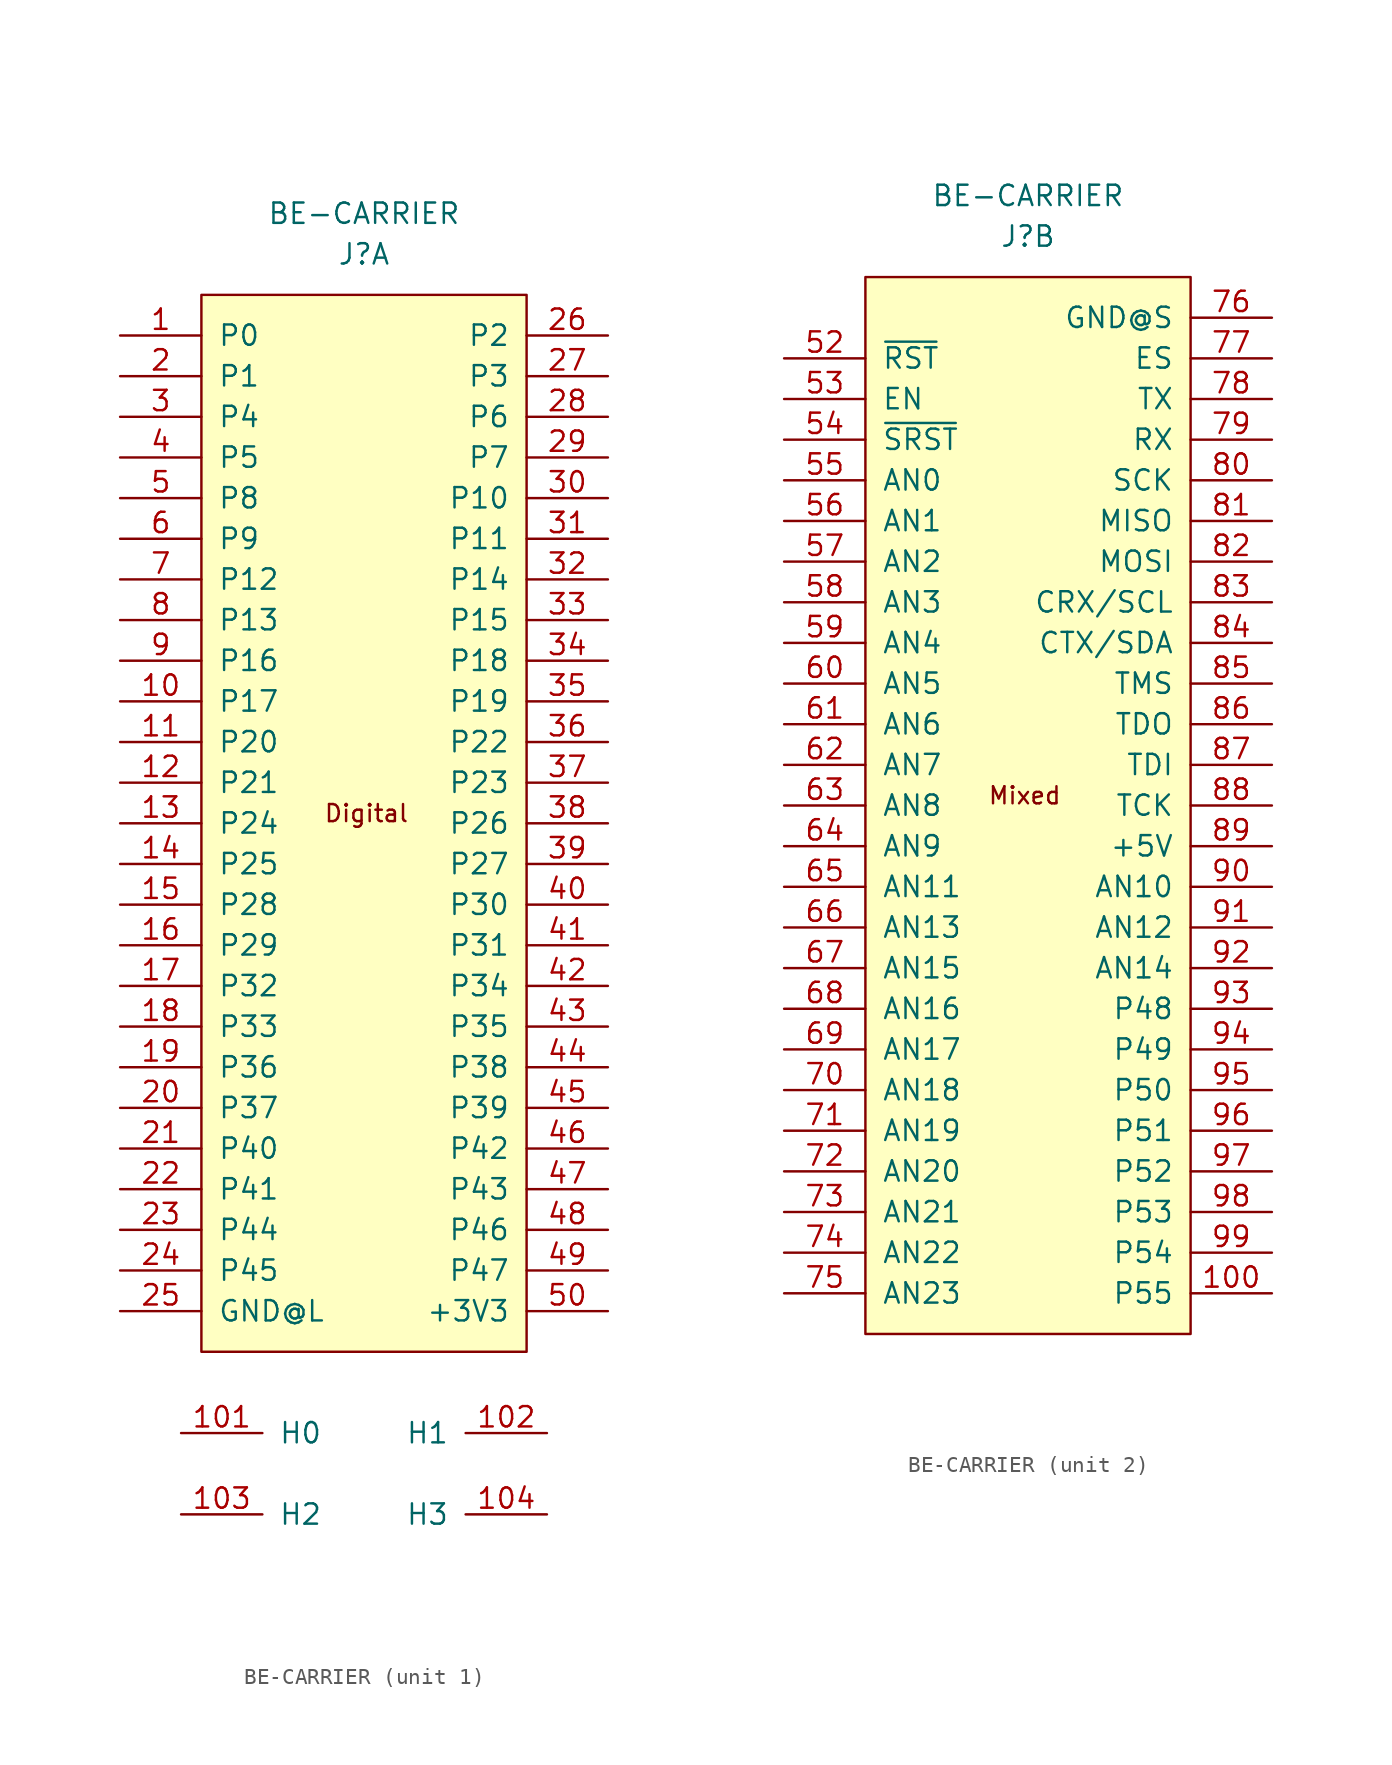
<source format=kicad_sym>
(kicad_symbol_lib
  (version 20211014)
  (generator kicad_symbol_editor)
  (symbol "BE-CARRIER"
    (pin_names
      (offset 1.016))
    (property "Reference" "J"
      (at 0 34.29 0)
      (effects (font (size 1.27 1.27))))
    (property "Value" "BE-CARRIER"
      (at 0 36.83 0)
      (effects (font (size 1.27 1.27))))
    (property "ki_locked" ""
      (at 0 0 0)
      (effects (font (size 1.27 1.27))))
    (symbol "BE-CARRIER_1_0"
      (rectangle (start -10.16 31.75) (end 10.16 -34.29) (stroke (width 0) (type default) (color 0 0 0 0)) (fill (type background)))
      (text "Digital" (at -2.54 -1.27 0) (effects (font (size 1.067 1.067)) (justify left bottom)))
      (pin bidirectional line (at -15.24 29.21 0) (length 5.08) (name "P0" (effects (font (size 1.27 1.27)))) (number "1" (effects (font (size 1.27 1.27)))))
      (pin bidirectional line (at -15.24 6.35 0) (length 5.08) (name "P17" (effects (font (size 1.27 1.27)))) (number "10" (effects (font (size 1.27 1.27)))))
      (pin input line (at -11.43 -39.37 0) (length 5.08) (name "H0" (effects (font (size 1.27 1.27)))) (number "101" (effects (font (size 1.27 1.27)))))
      (pin input line (at 11.43 -39.37 180) (length 5.08) (name "H1" (effects (font (size 1.27 1.27)))) (number "102" (effects (font (size 1.27 1.27)))))
      (pin input line (at -11.43 -44.45 0) (length 5.08) (name "H2" (effects (font (size 1.27 1.27)))) (number "103" (effects (font (size 1.27 1.27)))))
      (pin input line (at 11.43 -44.45 180) (length 5.08) (name "H3" (effects (font (size 1.27 1.27)))) (number "104" (effects (font (size 1.27 1.27)))))
      (pin bidirectional line (at -15.24 3.81 0) (length 5.08) (name "P20" (effects (font (size 1.27 1.27)))) (number "11" (effects (font (size 1.27 1.27)))))
      (pin bidirectional line (at -15.24 1.27 0) (length 5.08) (name "P21" (effects (font (size 1.27 1.27)))) (number "12" (effects (font (size 1.27 1.27)))))
      (pin bidirectional line (at -15.24 -1.27 0) (length 5.08) (name "P24" (effects (font (size 1.27 1.27)))) (number "13" (effects (font (size 1.27 1.27)))))
      (pin bidirectional line (at -15.24 -3.81 0) (length 5.08) (name "P25" (effects (font (size 1.27 1.27)))) (number "14" (effects (font (size 1.27 1.27)))))
      (pin bidirectional line (at -15.24 -6.35 0) (length 5.08) (name "P28" (effects (font (size 1.27 1.27)))) (number "15" (effects (font (size 1.27 1.27)))))
      (pin bidirectional line (at -15.24 -8.89 0) (length 5.08) (name "P29" (effects (font (size 1.27 1.27)))) (number "16" (effects (font (size 1.27 1.27)))))
      (pin bidirectional line (at -15.24 -11.43 0) (length 5.08) (name "P32" (effects (font (size 1.27 1.27)))) (number "17" (effects (font (size 1.27 1.27)))))
      (pin bidirectional line (at -15.24 -13.97 0) (length 5.08) (name "P33" (effects (font (size 1.27 1.27)))) (number "18" (effects (font (size 1.27 1.27)))))
      (pin bidirectional line (at -15.24 -16.51 0) (length 5.08) (name "P36" (effects (font (size 1.27 1.27)))) (number "19" (effects (font (size 1.27 1.27)))))
      (pin bidirectional line (at -15.24 26.67 0) (length 5.08) (name "P1" (effects (font (size 1.27 1.27)))) (number "2" (effects (font (size 1.27 1.27)))))
      (pin bidirectional line (at -15.24 -19.05 0) (length 5.08) (name "P37" (effects (font (size 1.27 1.27)))) (number "20" (effects (font (size 1.27 1.27)))))
      (pin bidirectional line (at -15.24 -21.59 0) (length 5.08) (name "P40" (effects (font (size 1.27 1.27)))) (number "21" (effects (font (size 1.27 1.27)))))
      (pin bidirectional line (at -15.24 -24.13 0) (length 5.08) (name "P41" (effects (font (size 1.27 1.27)))) (number "22" (effects (font (size 1.27 1.27)))))
      (pin bidirectional line (at -15.24 -26.67 0) (length 5.08) (name "P44" (effects (font (size 1.27 1.27)))) (number "23" (effects (font (size 1.27 1.27)))))
      (pin bidirectional line (at -15.24 -29.21 0) (length 5.08) (name "P45" (effects (font (size 1.27 1.27)))) (number "24" (effects (font (size 1.27 1.27)))))
      (pin power_in line (at -15.24 -31.75 0) (length 5.08) (name "GND@L" (effects (font (size 1.27 1.27)))) (number "25" (effects (font (size 1.27 1.27)))))
      (pin bidirectional line (at 15.24 29.21 180) (length 5.08) (name "P2" (effects (font (size 1.27 1.27)))) (number "26" (effects (font (size 1.27 1.27)))))
      (pin bidirectional line (at 15.24 26.67 180) (length 5.08) (name "P3" (effects (font (size 1.27 1.27)))) (number "27" (effects (font (size 1.27 1.27)))))
      (pin bidirectional line (at 15.24 24.13 180) (length 5.08) (name "P6" (effects (font (size 1.27 1.27)))) (number "28" (effects (font (size 1.27 1.27)))))
      (pin bidirectional line (at 15.24 21.59 180) (length 5.08) (name "P7" (effects (font (size 1.27 1.27)))) (number "29" (effects (font (size 1.27 1.27)))))
      (pin bidirectional line (at -15.24 24.13 0) (length 5.08) (name "P4" (effects (font (size 1.27 1.27)))) (number "3" (effects (font (size 1.27 1.27)))))
      (pin bidirectional line (at 15.24 19.05 180) (length 5.08) (name "P10" (effects (font (size 1.27 1.27)))) (number "30" (effects (font (size 1.27 1.27)))))
      (pin bidirectional line (at 15.24 16.51 180) (length 5.08) (name "P11" (effects (font (size 1.27 1.27)))) (number "31" (effects (font (size 1.27 1.27)))))
      (pin bidirectional line (at 15.24 13.97 180) (length 5.08) (name "P14" (effects (font (size 1.27 1.27)))) (number "32" (effects (font (size 1.27 1.27)))))
      (pin bidirectional line (at 15.24 11.43 180) (length 5.08) (name "P15" (effects (font (size 1.27 1.27)))) (number "33" (effects (font (size 1.27 1.27)))))
      (pin bidirectional line (at 15.24 8.89 180) (length 5.08) (name "P18" (effects (font (size 1.27 1.27)))) (number "34" (effects (font (size 1.27 1.27)))))
      (pin bidirectional line (at 15.24 6.35 180) (length 5.08) (name "P19" (effects (font (size 1.27 1.27)))) (number "35" (effects (font (size 1.27 1.27)))))
      (pin bidirectional line (at 15.24 3.81 180) (length 5.08) (name "P22" (effects (font (size 1.27 1.27)))) (number "36" (effects (font (size 1.27 1.27)))))
      (pin bidirectional line (at 15.24 1.27 180) (length 5.08) (name "P23" (effects (font (size 1.27 1.27)))) (number "37" (effects (font (size 1.27 1.27)))))
      (pin bidirectional line (at 15.24 -1.27 180) (length 5.08) (name "P26" (effects (font (size 1.27 1.27)))) (number "38" (effects (font (size 1.27 1.27)))))
      (pin bidirectional line (at 15.24 -3.81 180) (length 5.08) (name "P27" (effects (font (size 1.27 1.27)))) (number "39" (effects (font (size 1.27 1.27)))))
      (pin bidirectional line (at -15.24 21.59 0) (length 5.08) (name "P5" (effects (font (size 1.27 1.27)))) (number "4" (effects (font (size 1.27 1.27)))))
      (pin bidirectional line (at 15.24 -6.35 180) (length 5.08) (name "P30" (effects (font (size 1.27 1.27)))) (number "40" (effects (font (size 1.27 1.27)))))
      (pin bidirectional line (at 15.24 -8.89 180) (length 5.08) (name "P31" (effects (font (size 1.27 1.27)))) (number "41" (effects (font (size 1.27 1.27)))))
      (pin bidirectional line (at 15.24 -11.43 180) (length 5.08) (name "P34" (effects (font (size 1.27 1.27)))) (number "42" (effects (font (size 1.27 1.27)))))
      (pin bidirectional line (at 15.24 -13.97 180) (length 5.08) (name "P35" (effects (font (size 1.27 1.27)))) (number "43" (effects (font (size 1.27 1.27)))))
      (pin bidirectional line (at 15.24 -16.51 180) (length 5.08) (name "P38" (effects (font (size 1.27 1.27)))) (number "44" (effects (font (size 1.27 1.27)))))
      (pin bidirectional line (at 15.24 -19.05 180) (length 5.08) (name "P39" (effects (font (size 1.27 1.27)))) (number "45" (effects (font (size 1.27 1.27)))))
      (pin bidirectional line (at 15.24 -21.59 180) (length 5.08) (name "P42" (effects (font (size 1.27 1.27)))) (number "46" (effects (font (size 1.27 1.27)))))
      (pin bidirectional line (at 15.24 -24.13 180) (length 5.08) (name "P43" (effects (font (size 1.27 1.27)))) (number "47" (effects (font (size 1.27 1.27)))))
      (pin bidirectional line (at 15.24 -26.67 180) (length 5.08) (name "P46" (effects (font (size 1.27 1.27)))) (number "48" (effects (font (size 1.27 1.27)))))
      (pin bidirectional line (at 15.24 -29.21 180) (length 5.08) (name "P47" (effects (font (size 1.27 1.27)))) (number "49" (effects (font (size 1.27 1.27)))))
      (pin bidirectional line (at -15.24 19.05 0) (length 5.08) (name "P8" (effects (font (size 1.27 1.27)))) (number "5" (effects (font (size 1.27 1.27)))))
      (pin power_out line (at 15.24 -31.75 180) (length 5.08) (name "+3V3" (effects (font (size 1.27 1.27)))) (number "50" (effects (font (size 1.27 1.27)))))
      (pin bidirectional line (at -15.24 16.51 0) (length 5.08) (name "P9" (effects (font (size 1.27 1.27)))) (number "6" (effects (font (size 1.27 1.27)))))
      (pin bidirectional line (at -15.24 13.97 0) (length 5.08) (name "P12" (effects (font (size 1.27 1.27)))) (number "7" (effects (font (size 1.27 1.27)))))
      (pin bidirectional line (at -15.24 11.43 0) (length 5.08) (name "P13" (effects (font (size 1.27 1.27)))) (number "8" (effects (font (size 1.27 1.27)))))
      (pin bidirectional line (at -15.24 8.89 0) (length 5.08) (name "P16" (effects (font (size 1.27 1.27)))) (number "9" (effects (font (size 1.27 1.27))))))
    (symbol "BE-CARRIER_2_0"
      (rectangle (start -10.16 31.75) (end 10.16 -34.29) (stroke (width 0) (type default) (color 0 0 0 0)) (fill (type background)))
      (text "Mixed" (at -2.54 -1.27 0) (effects (font (size 1.067 1.067)) (justify left bottom)))
      (pin bidirectional line (at 15.24 -31.75 180) (length 5.08) (name "P55" (effects (font (size 1.27 1.27)))) (number "100" (effects (font (size 1.27 1.27)))))
      (pin no_connect line (at -10.16 29.21 0) (length 0) hide (name "NC" (effects (font (size 0 0)))) (number "51" (effects (font (size 0 0)))))
      (pin bidirectional line (at -15.24 26.67 0) (length 5.08) (name "~{RST}" (effects (font (size 1.27 1.27)))) (number "52" (effects (font (size 1.27 1.27)))))
      (pin bidirectional line (at -15.24 24.13 0) (length 5.08) (name "EN" (effects (font (size 1.27 1.27)))) (number "53" (effects (font (size 1.27 1.27)))))
      (pin bidirectional line (at -15.24 21.59 0) (length 5.08) (name "~{SRST}" (effects (font (size 1.27 1.27)))) (number "54" (effects (font (size 1.27 1.27)))))
      (pin bidirectional line (at -15.24 19.05 0) (length 5.08) (name "AN0" (effects (font (size 1.27 1.27)))) (number "55" (effects (font (size 1.27 1.27)))))
      (pin bidirectional line (at -15.24 16.51 0) (length 5.08) (name "AN1" (effects (font (size 1.27 1.27)))) (number "56" (effects (font (size 1.27 1.27)))))
      (pin bidirectional line (at -15.24 13.97 0) (length 5.08) (name "AN2" (effects (font (size 1.27 1.27)))) (number "57" (effects (font (size 1.27 1.27)))))
      (pin bidirectional line (at -15.24 11.43 0) (length 5.08) (name "AN3" (effects (font (size 1.27 1.27)))) (number "58" (effects (font (size 1.27 1.27)))))
      (pin bidirectional line (at -15.24 8.89 0) (length 5.08) (name "AN4" (effects (font (size 1.27 1.27)))) (number "59" (effects (font (size 1.27 1.27)))))
      (pin bidirectional line (at -15.24 6.35 0) (length 5.08) (name "AN5" (effects (font (size 1.27 1.27)))) (number "60" (effects (font (size 1.27 1.27)))))
      (pin bidirectional line (at -15.24 3.81 0) (length 5.08) (name "AN6" (effects (font (size 1.27 1.27)))) (number "61" (effects (font (size 1.27 1.27)))))
      (pin bidirectional line (at -15.24 1.27 0) (length 5.08) (name "AN7" (effects (font (size 1.27 1.27)))) (number "62" (effects (font (size 1.27 1.27)))))
      (pin bidirectional line (at -15.24 -1.27 0) (length 5.08) (name "AN8" (effects (font (size 1.27 1.27)))) (number "63" (effects (font (size 1.27 1.27)))))
      (pin bidirectional line (at -15.24 -3.81 0) (length 5.08) (name "AN9" (effects (font (size 1.27 1.27)))) (number "64" (effects (font (size 1.27 1.27)))))
      (pin bidirectional line (at -15.24 -6.35 0) (length 5.08) (name "AN11" (effects (font (size 1.27 1.27)))) (number "65" (effects (font (size 1.27 1.27)))))
      (pin bidirectional line (at -15.24 -8.89 0) (length 5.08) (name "AN13" (effects (font (size 1.27 1.27)))) (number "66" (effects (font (size 1.27 1.27)))))
      (pin bidirectional line (at -15.24 -11.43 0) (length 5.08) (name "AN15" (effects (font (size 1.27 1.27)))) (number "67" (effects (font (size 1.27 1.27)))))
      (pin bidirectional line (at -15.24 -13.97 0) (length 5.08) (name "AN16" (effects (font (size 1.27 1.27)))) (number "68" (effects (font (size 1.27 1.27)))))
      (pin bidirectional line (at -15.24 -16.51 0) (length 5.08) (name "AN17" (effects (font (size 1.27 1.27)))) (number "69" (effects (font (size 1.27 1.27)))))
      (pin bidirectional line (at -15.24 -19.05 0) (length 5.08) (name "AN18" (effects (font (size 1.27 1.27)))) (number "70" (effects (font (size 1.27 1.27)))))
      (pin bidirectional line (at -15.24 -21.59 0) (length 5.08) (name "AN19" (effects (font (size 1.27 1.27)))) (number "71" (effects (font (size 1.27 1.27)))))
      (pin bidirectional line (at -15.24 -24.13 0) (length 5.08) (name "AN20" (effects (font (size 1.27 1.27)))) (number "72" (effects (font (size 1.27 1.27)))))
      (pin bidirectional line (at -15.24 -26.67 0) (length 5.08) (name "AN21" (effects (font (size 1.27 1.27)))) (number "73" (effects (font (size 1.27 1.27)))))
      (pin bidirectional line (at -15.24 -29.21 0) (length 5.08) (name "AN22" (effects (font (size 1.27 1.27)))) (number "74" (effects (font (size 1.27 1.27)))))
      (pin bidirectional line (at -15.24 -31.75 0) (length 5.08) (name "AN23" (effects (font (size 1.27 1.27)))) (number "75" (effects (font (size 1.27 1.27)))))
      (pin power_in line (at 15.24 29.21 180) (length 5.08) (name "GND@S" (effects (font (size 1.27 1.27)))) (number "76" (effects (font (size 1.27 1.27)))))
      (pin bidirectional line (at 15.24 26.67 180) (length 5.08) (name "ES" (effects (font (size 1.27 1.27)))) (number "77" (effects (font (size 1.27 1.27)))))
      (pin bidirectional line (at 15.24 24.13 180) (length 5.08) (name "TX" (effects (font (size 1.27 1.27)))) (number "78" (effects (font (size 1.27 1.27)))))
      (pin bidirectional line (at 15.24 21.59 180) (length 5.08) (name "RX" (effects (font (size 1.27 1.27)))) (number "79" (effects (font (size 1.27 1.27)))))
      (pin bidirectional line (at 15.24 19.05 180) (length 5.08) (name "SCK" (effects (font (size 1.27 1.27)))) (number "80" (effects (font (size 1.27 1.27)))))
      (pin bidirectional line (at 15.24 16.51 180) (length 5.08) (name "MISO" (effects (font (size 1.27 1.27)))) (number "81" (effects (font (size 1.27 1.27)))))
      (pin bidirectional line (at 15.24 13.97 180) (length 5.08) (name "MOSI" (effects (font (size 1.27 1.27)))) (number "82" (effects (font (size 1.27 1.27)))))
      (pin bidirectional line (at 15.24 11.43 180) (length 5.08) (name "CRX/SCL" (effects (font (size 1.27 1.27)))) (number "83" (effects (font (size 1.27 1.27)))))
      (pin bidirectional line (at 15.24 8.89 180) (length 5.08) (name "CTX/SDA" (effects (font (size 1.27 1.27)))) (number "84" (effects (font (size 1.27 1.27)))))
      (pin bidirectional line (at 15.24 6.35 180) (length 5.08) (name "TMS" (effects (font (size 1.27 1.27)))) (number "85" (effects (font (size 1.27 1.27)))))
      (pin bidirectional line (at 15.24 3.81 180) (length 5.08) (name "TDO" (effects (font (size 1.27 1.27)))) (number "86" (effects (font (size 1.27 1.27)))))
      (pin bidirectional line (at 15.24 1.27 180) (length 5.08) (name "TDI" (effects (font (size 1.27 1.27)))) (number "87" (effects (font (size 1.27 1.27)))))
      (pin bidirectional line (at 15.24 -1.27 180) (length 5.08) (name "TCK" (effects (font (size 1.27 1.27)))) (number "88" (effects (font (size 1.27 1.27)))))
      (pin power_in line (at 15.24 -3.81 180) (length 5.08) (name "+5V" (effects (font (size 1.27 1.27)))) (number "89" (effects (font (size 1.27 1.27)))))
      (pin bidirectional line (at 15.24 -6.35 180) (length 5.08) (name "AN10" (effects (font (size 1.27 1.27)))) (number "90" (effects (font (size 1.27 1.27)))))
      (pin bidirectional line (at 15.24 -8.89 180) (length 5.08) (name "AN12" (effects (font (size 1.27 1.27)))) (number "91" (effects (font (size 1.27 1.27)))))
      (pin bidirectional line (at 15.24 -11.43 180) (length 5.08) (name "AN14" (effects (font (size 1.27 1.27)))) (number "92" (effects (font (size 1.27 1.27)))))
      (pin bidirectional line (at 15.24 -13.97 180) (length 5.08) (name "P48" (effects (font (size 1.27 1.27)))) (number "93" (effects (font (size 1.27 1.27)))))
      (pin bidirectional line (at 15.24 -16.51 180) (length 5.08) (name "P49" (effects (font (size 1.27 1.27)))) (number "94" (effects (font (size 1.27 1.27)))))
      (pin bidirectional line (at 15.24 -19.05 180) (length 5.08) (name "P50" (effects (font (size 1.27 1.27)))) (number "95" (effects (font (size 1.27 1.27)))))
      (pin bidirectional line (at 15.24 -21.59 180) (length 5.08) (name "P51" (effects (font (size 1.27 1.27)))) (number "96" (effects (font (size 1.27 1.27)))))
      (pin bidirectional line (at 15.24 -24.13 180) (length 5.08) (name "P52" (effects (font (size 1.27 1.27)))) (number "97" (effects (font (size 1.27 1.27)))))
      (pin bidirectional line (at 15.24 -26.67 180) (length 5.08) (name "P53" (effects (font (size 1.27 1.27)))) (number "98" (effects (font (size 1.27 1.27)))))
      (pin bidirectional line (at 15.24 -29.21 180) (length 5.08) (name "P54" (effects (font (size 1.27 1.27)))) (number "99" (effects (font (size 1.27 1.27))))))))
</source>
